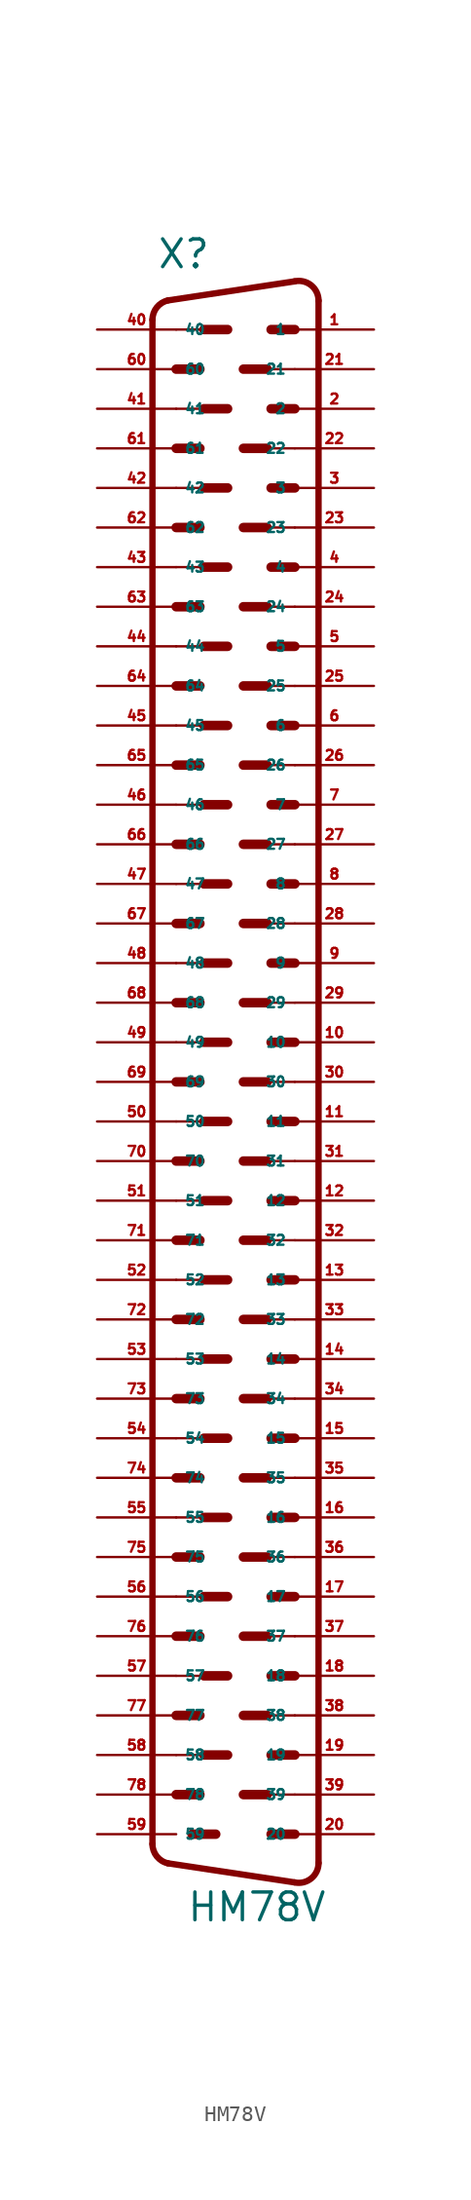
<source format=kicad_sym>
(kicad_symbol_lib
  (version 20220914)
  (generator Eagle2Kicad)
  (symbol "HM78V"
    (property "Reference" "X"
      (at -6.35 49.53 0)
      (effects (font (size 1.778 1.778) (thickness 0.22)) (justify left bottom)))
    (property "Value" "HM78V"
      (at -4.445 -56.515 0)
      (effects (font (size 1.778 1.778) (thickness 0.22)) (justify left bottom)))
    (arc
      (start 4.064 47.5712)
      (mid 3.590 48.561)
      (end 2.5226 48.812)
      (stroke (width 0.4064) (type default))
      (fill (type none)))
    (polyline
      (pts (xy 2.523 48.812) (xy -5.605 47.589))
      (stroke (width 0.406) (type default))
      (fill (type none)))
    (arc
      (start -5.6054 47.5895)
      (mid -6.323 47.145)
      (end -6.6042 46.3488)
      (stroke (width 0.4064) (type default))
      (fill (type none)))
    (polyline
      (pts (xy -6.604 -51.429) (xy -6.604 46.349))
      (stroke (width 0.406) (type default))
      (fill (type none)))
    (arc
      (start -6.604 -51.4288)
      (mid -6.323 -52.225)
      (end -5.6054 -52.6694)
      (stroke (width 0.4064) (type default))
      (fill (type none)))
    (polyline
      (pts (xy 4.064 -52.651) (xy 4.064 47.571))
      (stroke (width 0.406) (type default))
      (fill (type none)))
    (polyline
      (pts (xy 2.523 -53.892) (xy -5.605 -52.669))
      (stroke (width 0.406) (type default))
      (fill (type none)))
    (arc
      (start 2.5226 -53.8919)
      (mid 3.590 -53.641)
      (end 4.064 -52.6512)
      (stroke (width 0.4064) (type default))
      (fill (type none)))
    (polyline
      (pts (xy 2.54 43.18) (xy 0.762 43.18))
      (stroke (width 0.152) (type default))
      (fill (type none)))
    (polyline
      (pts (xy 2.54 38.1) (xy 0.762 38.1))
      (stroke (width 0.152) (type default))
      (fill (type none)))
    (polyline
      (pts (xy 2.54 33.02) (xy 0.762 33.02))
      (stroke (width 0.152) (type default))
      (fill (type none)))
    (polyline
      (pts (xy 2.54 27.94) (xy 0.762 27.94))
      (stroke (width 0.152) (type default))
      (fill (type none)))
    (polyline
      (pts (xy 2.54 22.86) (xy 0.762 22.86))
      (stroke (width 0.152) (type default))
      (fill (type none)))
    (polyline
      (pts (xy 2.54 45.72) (xy 1.016 45.72))
      (stroke (width 0.61) (type default))
      (fill (type none)))
    (polyline
      (pts (xy 0.762 43.18) (xy -0.762 43.18))
      (stroke (width 0.61) (type default))
      (fill (type none)))
    (polyline
      (pts (xy 2.54 40.64) (xy 1.016 40.64))
      (stroke (width 0.61) (type default))
      (fill (type none)))
    (polyline
      (pts (xy 0.762 38.1) (xy -0.762 38.1))
      (stroke (width 0.61) (type default))
      (fill (type none)))
    (polyline
      (pts (xy 2.54 35.56) (xy 1.016 35.56))
      (stroke (width 0.61) (type default))
      (fill (type none)))
    (polyline
      (pts (xy 0.762 33.02) (xy -0.762 33.02))
      (stroke (width 0.61) (type default))
      (fill (type none)))
    (polyline
      (pts (xy 2.54 30.48) (xy 1.016 30.48))
      (stroke (width 0.61) (type default))
      (fill (type none)))
    (polyline
      (pts (xy 0.762 27.94) (xy -0.762 27.94))
      (stroke (width 0.61) (type default))
      (fill (type none)))
    (polyline
      (pts (xy 2.54 25.4) (xy 1.016 25.4))
      (stroke (width 0.61) (type default))
      (fill (type none)))
    (polyline
      (pts (xy 0.762 22.86) (xy -0.762 22.86))
      (stroke (width 0.61) (type default))
      (fill (type none)))
    (polyline
      (pts (xy 2.54 17.78) (xy 0.762 17.78))
      (stroke (width 0.152) (type default))
      (fill (type none)))
    (polyline
      (pts (xy 2.54 12.7) (xy 0.762 12.7))
      (stroke (width 0.152) (type default))
      (fill (type none)))
    (polyline
      (pts (xy 2.54 7.62) (xy 0.762 7.62))
      (stroke (width 0.152) (type default))
      (fill (type none)))
    (polyline
      (pts (xy 2.54 20.32) (xy 1.016 20.32))
      (stroke (width 0.61) (type default))
      (fill (type none)))
    (polyline
      (pts (xy 0.762 17.78) (xy -0.762 17.78))
      (stroke (width 0.61) (type default))
      (fill (type none)))
    (polyline
      (pts (xy 2.54 15.24) (xy 1.016 15.24))
      (stroke (width 0.61) (type default))
      (fill (type none)))
    (polyline
      (pts (xy 0.762 12.7) (xy -0.762 12.7))
      (stroke (width 0.61) (type default))
      (fill (type none)))
    (polyline
      (pts (xy 2.54 10.16) (xy 1.016 10.16))
      (stroke (width 0.61) (type default))
      (fill (type none)))
    (polyline
      (pts (xy 0.762 7.62) (xy -0.762 7.62))
      (stroke (width 0.61) (type default))
      (fill (type none)))
    (polyline
      (pts (xy 2.54 5.08) (xy 1.016 5.08))
      (stroke (width 0.61) (type default))
      (fill (type none)))
    (polyline
      (pts (xy 0.762 2.54) (xy -0.762 2.54))
      (stroke (width 0.61) (type default))
      (fill (type none)))
    (polyline
      (pts (xy 2.54 2.54) (xy 0.762 2.54))
      (stroke (width 0.152) (type default))
      (fill (type none)))
    (polyline
      (pts (xy 2.54 -2.54) (xy 0.762 -2.54))
      (stroke (width 0.152) (type default))
      (fill (type none)))
    (polyline
      (pts (xy 2.54 0) (xy 1.016 0))
      (stroke (width 0.61) (type default))
      (fill (type none)))
    (polyline
      (pts (xy 0.762 -2.54) (xy -0.762 -2.54))
      (stroke (width 0.61) (type default))
      (fill (type none)))
    (polyline
      (pts (xy 2.54 -7.62) (xy 0.762 -7.62))
      (stroke (width 0.152) (type default))
      (fill (type none)))
    (polyline
      (pts (xy 2.54 -12.7) (xy 0.762 -12.7))
      (stroke (width 0.152) (type default))
      (fill (type none)))
    (polyline
      (pts (xy 2.54 -17.78) (xy 0.762 -17.78))
      (stroke (width 0.152) (type default))
      (fill (type none)))
    (polyline
      (pts (xy 2.54 -5.08) (xy 1.016 -5.08))
      (stroke (width 0.61) (type default))
      (fill (type none)))
    (polyline
      (pts (xy 0.762 -7.62) (xy -0.762 -7.62))
      (stroke (width 0.61) (type default))
      (fill (type none)))
    (polyline
      (pts (xy 2.54 -10.16) (xy 1.016 -10.16))
      (stroke (width 0.61) (type default))
      (fill (type none)))
    (polyline
      (pts (xy 0.762 -12.7) (xy -0.762 -12.7))
      (stroke (width 0.61) (type default))
      (fill (type none)))
    (polyline
      (pts (xy 2.54 -15.24) (xy 1.016 -15.24))
      (stroke (width 0.61) (type default))
      (fill (type none)))
    (polyline
      (pts (xy 0.762 -17.78) (xy -0.762 -17.78))
      (stroke (width 0.61) (type default))
      (fill (type none)))
    (polyline
      (pts (xy 2.54 -20.32) (xy 1.016 -20.32))
      (stroke (width 0.61) (type default))
      (fill (type none)))
    (polyline
      (pts (xy 0.762 -22.86) (xy -0.762 -22.86))
      (stroke (width 0.61) (type default))
      (fill (type none)))
    (polyline
      (pts (xy 2.54 -22.86) (xy 0.762 -22.86))
      (stroke (width 0.152) (type default))
      (fill (type none)))
    (polyline
      (pts (xy 2.54 -25.4) (xy 1.016 -25.4))
      (stroke (width 0.61) (type default))
      (fill (type none)))
    (polyline
      (pts (xy 0.762 -27.94) (xy -0.762 -27.94))
      (stroke (width 0.61) (type default))
      (fill (type none)))
    (polyline
      (pts (xy 2.54 -27.94) (xy 0.762 -27.94))
      (stroke (width 0.152) (type default))
      (fill (type none)))
    (polyline
      (pts (xy 2.54 -30.48) (xy 1.016 -30.48))
      (stroke (width 0.61) (type default))
      (fill (type none)))
    (polyline
      (pts (xy 0.762 -33.02) (xy -0.762 -33.02))
      (stroke (width 0.61) (type default))
      (fill (type none)))
    (polyline
      (pts (xy 2.54 -33.02) (xy 0.762 -33.02))
      (stroke (width 0.152) (type default))
      (fill (type none)))
    (polyline
      (pts (xy 2.54 -38.1) (xy 0.762 -38.1))
      (stroke (width 0.152) (type default))
      (fill (type none)))
    (polyline
      (pts (xy 2.54 -35.56) (xy 1.016 -35.56))
      (stroke (width 0.61) (type default))
      (fill (type none)))
    (polyline
      (pts (xy 0.762 -38.1) (xy -0.762 -38.1))
      (stroke (width 0.61) (type default))
      (fill (type none)))
    (polyline
      (pts (xy 2.54 -43.18) (xy 0.762 -43.18))
      (stroke (width 0.152) (type default))
      (fill (type none)))
    (polyline
      (pts (xy 2.54 -48.26) (xy 0.762 -48.26))
      (stroke (width 0.152) (type default))
      (fill (type none)))
    (polyline
      (pts (xy 2.54 -40.64) (xy 1.016 -40.64))
      (stroke (width 0.61) (type default))
      (fill (type none)))
    (polyline
      (pts (xy 0.762 -43.18) (xy -0.762 -43.18))
      (stroke (width 0.61) (type default))
      (fill (type none)))
    (polyline
      (pts (xy 2.54 -45.72) (xy 1.016 -45.72))
      (stroke (width 0.61) (type default))
      (fill (type none)))
    (polyline
      (pts (xy 0.762 -48.26) (xy -0.762 -48.26))
      (stroke (width 0.61) (type default))
      (fill (type none)))
    (polyline
      (pts (xy -5.08 45.72) (xy -3.302 45.72))
      (stroke (width 0.152) (type default))
      (fill (type none)))
    (polyline
      (pts (xy -5.08 40.64) (xy -3.302 40.64))
      (stroke (width 0.152) (type default))
      (fill (type none)))
    (polyline
      (pts (xy -5.08 35.56) (xy -3.302 35.56))
      (stroke (width 0.152) (type default))
      (fill (type none)))
    (polyline
      (pts (xy -5.08 30.48) (xy -3.302 30.48))
      (stroke (width 0.152) (type default))
      (fill (type none)))
    (polyline
      (pts (xy -5.08 25.4) (xy -3.302 25.4))
      (stroke (width 0.152) (type default))
      (fill (type none)))
    (polyline
      (pts (xy -3.302 45.72) (xy -1.778 45.72))
      (stroke (width 0.61) (type default))
      (fill (type none)))
    (polyline
      (pts (xy -5.08 43.18) (xy -3.556 43.18))
      (stroke (width 0.61) (type default))
      (fill (type none)))
    (polyline
      (pts (xy -3.302 40.64) (xy -1.778 40.64))
      (stroke (width 0.61) (type default))
      (fill (type none)))
    (polyline
      (pts (xy -5.08 38.1) (xy -3.556 38.1))
      (stroke (width 0.61) (type default))
      (fill (type none)))
    (polyline
      (pts (xy -3.302 35.56) (xy -1.778 35.56))
      (stroke (width 0.61) (type default))
      (fill (type none)))
    (polyline
      (pts (xy -5.08 33.02) (xy -3.556 33.02))
      (stroke (width 0.61) (type default))
      (fill (type none)))
    (polyline
      (pts (xy -3.302 30.48) (xy -1.778 30.48))
      (stroke (width 0.61) (type default))
      (fill (type none)))
    (polyline
      (pts (xy -5.08 27.94) (xy -3.556 27.94))
      (stroke (width 0.61) (type default))
      (fill (type none)))
    (polyline
      (pts (xy -3.302 25.4) (xy -1.778 25.4))
      (stroke (width 0.61) (type default))
      (fill (type none)))
    (polyline
      (pts (xy -5.08 20.32) (xy -3.302 20.32))
      (stroke (width 0.152) (type default))
      (fill (type none)))
    (polyline
      (pts (xy -5.08 15.24) (xy -3.302 15.24))
      (stroke (width 0.152) (type default))
      (fill (type none)))
    (polyline
      (pts (xy -5.08 10.16) (xy -3.302 10.16))
      (stroke (width 0.152) (type default))
      (fill (type none)))
    (polyline
      (pts (xy -5.08 22.86) (xy -3.556 22.86))
      (stroke (width 0.61) (type default))
      (fill (type none)))
    (polyline
      (pts (xy -3.302 20.32) (xy -1.778 20.32))
      (stroke (width 0.61) (type default))
      (fill (type none)))
    (polyline
      (pts (xy -5.08 17.78) (xy -3.556 17.78))
      (stroke (width 0.61) (type default))
      (fill (type none)))
    (polyline
      (pts (xy -3.302 15.24) (xy -1.778 15.24))
      (stroke (width 0.61) (type default))
      (fill (type none)))
    (polyline
      (pts (xy -5.08 12.7) (xy -3.556 12.7))
      (stroke (width 0.61) (type default))
      (fill (type none)))
    (polyline
      (pts (xy -3.302 10.16) (xy -1.778 10.16))
      (stroke (width 0.61) (type default))
      (fill (type none)))
    (polyline
      (pts (xy -5.08 7.62) (xy -3.556 7.62))
      (stroke (width 0.61) (type default))
      (fill (type none)))
    (polyline
      (pts (xy -3.302 5.08) (xy -1.778 5.08))
      (stroke (width 0.61) (type default))
      (fill (type none)))
    (polyline
      (pts (xy -5.08 5.08) (xy -3.302 5.08))
      (stroke (width 0.152) (type default))
      (fill (type none)))
    (polyline
      (pts (xy -5.08 0) (xy -3.302 0))
      (stroke (width 0.152) (type default))
      (fill (type none)))
    (polyline
      (pts (xy -5.08 2.54) (xy -3.556 2.54))
      (stroke (width 0.61) (type default))
      (fill (type none)))
    (polyline
      (pts (xy -3.302 0) (xy -1.778 0))
      (stroke (width 0.61) (type default))
      (fill (type none)))
    (polyline
      (pts (xy -5.08 -5.08) (xy -3.302 -5.08))
      (stroke (width 0.152) (type default))
      (fill (type none)))
    (polyline
      (pts (xy -5.08 -10.16) (xy -3.302 -10.16))
      (stroke (width 0.152) (type default))
      (fill (type none)))
    (polyline
      (pts (xy -5.08 -15.24) (xy -3.302 -15.24))
      (stroke (width 0.152) (type default))
      (fill (type none)))
    (polyline
      (pts (xy -5.08 -2.54) (xy -3.556 -2.54))
      (stroke (width 0.61) (type default))
      (fill (type none)))
    (polyline
      (pts (xy -3.302 -5.08) (xy -1.778 -5.08))
      (stroke (width 0.61) (type default))
      (fill (type none)))
    (polyline
      (pts (xy -5.08 -7.62) (xy -3.556 -7.62))
      (stroke (width 0.61) (type default))
      (fill (type none)))
    (polyline
      (pts (xy -3.302 -10.16) (xy -1.778 -10.16))
      (stroke (width 0.61) (type default))
      (fill (type none)))
    (polyline
      (pts (xy -5.08 -12.7) (xy -3.556 -12.7))
      (stroke (width 0.61) (type default))
      (fill (type none)))
    (polyline
      (pts (xy -3.302 -15.24) (xy -1.778 -15.24))
      (stroke (width 0.61) (type default))
      (fill (type none)))
    (polyline
      (pts (xy -5.08 -17.78) (xy -3.556 -17.78))
      (stroke (width 0.61) (type default))
      (fill (type none)))
    (polyline
      (pts (xy -3.302 -20.32) (xy -1.778 -20.32))
      (stroke (width 0.61) (type default))
      (fill (type none)))
    (polyline
      (pts (xy -5.08 -20.32) (xy -3.302 -20.32))
      (stroke (width 0.152) (type default))
      (fill (type none)))
    (polyline
      (pts (xy -5.08 -22.86) (xy -3.556 -22.86))
      (stroke (width 0.61) (type default))
      (fill (type none)))
    (polyline
      (pts (xy -3.302 -25.4) (xy -1.778 -25.4))
      (stroke (width 0.61) (type default))
      (fill (type none)))
    (polyline
      (pts (xy -5.08 -25.4) (xy -3.302 -25.4))
      (stroke (width 0.152) (type default))
      (fill (type none)))
    (polyline
      (pts (xy -5.08 -27.94) (xy -3.556 -27.94))
      (stroke (width 0.61) (type default))
      (fill (type none)))
    (polyline
      (pts (xy -3.302 -30.48) (xy -1.778 -30.48))
      (stroke (width 0.61) (type default))
      (fill (type none)))
    (polyline
      (pts (xy -5.08 -30.48) (xy -3.302 -30.48))
      (stroke (width 0.152) (type default))
      (fill (type none)))
    (polyline
      (pts (xy -5.08 -35.56) (xy -3.302 -35.56))
      (stroke (width 0.152) (type default))
      (fill (type none)))
    (polyline
      (pts (xy -5.08 -33.02) (xy -3.556 -33.02))
      (stroke (width 0.61) (type default))
      (fill (type none)))
    (polyline
      (pts (xy -3.302 -35.56) (xy -1.778 -35.56))
      (stroke (width 0.61) (type default))
      (fill (type none)))
    (polyline
      (pts (xy -5.08 -40.64) (xy -3.302 -40.64))
      (stroke (width 0.152) (type default))
      (fill (type none)))
    (polyline
      (pts (xy -5.08 -45.72) (xy -3.302 -45.72))
      (stroke (width 0.152) (type default))
      (fill (type none)))
    (polyline
      (pts (xy -5.08 -38.1) (xy -3.556 -38.1))
      (stroke (width 0.61) (type default))
      (fill (type none)))
    (polyline
      (pts (xy -3.302 -40.64) (xy -1.778 -40.64))
      (stroke (width 0.61) (type default))
      (fill (type none)))
    (polyline
      (pts (xy -5.08 -43.18) (xy -3.556 -43.18))
      (stroke (width 0.61) (type default))
      (fill (type none)))
    (polyline
      (pts (xy -3.302 -45.72) (xy -1.778 -45.72))
      (stroke (width 0.61) (type default))
      (fill (type none)))
    (polyline
      (pts (xy -5.08 -48.26) (xy -3.556 -48.26))
      (stroke (width 0.61) (type default))
      (fill (type none)))
    (polyline
      (pts (xy 2.54 -50.8) (xy 1.016 -50.8))
      (stroke (width 0.61) (type default))
      (fill (type none)))
    (polyline
      (pts (xy -2.54 -50.8) (xy -4.064 -50.8))
      (stroke (width 0.61) (type default))
      (fill (type none)))
    (pin passive line
      (at 7.62 45.72 180)
      (length 5.08)
      (name "1" (effects (font (size 0.635 0.635) (thickness 0.08)) (justify left bottom)))
      (number "1" (effects (font (size 0.635 0.635) (thickness 0.08)) (justify left bottom))))
    (pin passive line
      (at 7.62 40.64 180)
      (length 5.08)
      (name "2" (effects (font (size 0.635 0.635) (thickness 0.08)) (justify left bottom)))
      (number "2" (effects (font (size 0.635 0.635) (thickness 0.08)) (justify left bottom))))
    (pin passive line
      (at 7.62 35.56 180)
      (length 5.08)
      (name "3" (effects (font (size 0.635 0.635) (thickness 0.08)) (justify left bottom)))
      (number "3" (effects (font (size 0.635 0.635) (thickness 0.08)) (justify left bottom))))
    (pin passive line
      (at 7.62 30.48 180)
      (length 5.08)
      (name "4" (effects (font (size 0.635 0.635) (thickness 0.08)) (justify left bottom)))
      (number "4" (effects (font (size 0.635 0.635) (thickness 0.08)) (justify left bottom))))
    (pin passive line
      (at 7.62 25.4 180)
      (length 5.08)
      (name "5" (effects (font (size 0.635 0.635) (thickness 0.08)) (justify left bottom)))
      (number "5" (effects (font (size 0.635 0.635) (thickness 0.08)) (justify left bottom))))
    (pin passive line
      (at 7.62 20.32 180)
      (length 5.08)
      (name "6" (effects (font (size 0.635 0.635) (thickness 0.08)) (justify left bottom)))
      (number "6" (effects (font (size 0.635 0.635) (thickness 0.08)) (justify left bottom))))
    (pin passive line
      (at 7.62 15.24 180)
      (length 5.08)
      (name "7" (effects (font (size 0.635 0.635) (thickness 0.08)) (justify left bottom)))
      (number "7" (effects (font (size 0.635 0.635) (thickness 0.08)) (justify left bottom))))
    (pin passive line
      (at 7.62 10.16 180)
      (length 5.08)
      (name "8" (effects (font (size 0.635 0.635) (thickness 0.08)) (justify left bottom)))
      (number "8" (effects (font (size 0.635 0.635) (thickness 0.08)) (justify left bottom))))
    (pin passive line
      (at 7.62 5.08 180)
      (length 5.08)
      (name "9" (effects (font (size 0.635 0.635) (thickness 0.08)) (justify left bottom)))
      (number "9" (effects (font (size 0.635 0.635) (thickness 0.08)) (justify left bottom))))
    (pin passive line
      (at 7.62 0 180)
      (length 5.08)
      (name "10" (effects (font (size 0.635 0.635) (thickness 0.08)) (justify left bottom)))
      (number "10" (effects (font (size 0.635 0.635) (thickness 0.08)) (justify left bottom))))
    (pin passive line
      (at 7.62 -5.08 180)
      (length 5.08)
      (name "11" (effects (font (size 0.635 0.635) (thickness 0.08)) (justify left bottom)))
      (number "11" (effects (font (size 0.635 0.635) (thickness 0.08)) (justify left bottom))))
    (pin passive line
      (at 7.62 -10.16 180)
      (length 5.08)
      (name "12" (effects (font (size 0.635 0.635) (thickness 0.08)) (justify left bottom)))
      (number "12" (effects (font (size 0.635 0.635) (thickness 0.08)) (justify left bottom))))
    (pin passive line
      (at 7.62 -15.24 180)
      (length 5.08)
      (name "13" (effects (font (size 0.635 0.635) (thickness 0.08)) (justify left bottom)))
      (number "13" (effects (font (size 0.635 0.635) (thickness 0.08)) (justify left bottom))))
    (pin passive line
      (at 7.62 -20.32 180)
      (length 5.08)
      (name "14" (effects (font (size 0.635 0.635) (thickness 0.08)) (justify left bottom)))
      (number "14" (effects (font (size 0.635 0.635) (thickness 0.08)) (justify left bottom))))
    (pin passive line
      (at 7.62 -25.4 180)
      (length 5.08)
      (name "15" (effects (font (size 0.635 0.635) (thickness 0.08)) (justify left bottom)))
      (number "15" (effects (font (size 0.635 0.635) (thickness 0.08)) (justify left bottom))))
    (pin passive line
      (at 7.62 -30.48 180)
      (length 5.08)
      (name "16" (effects (font (size 0.635 0.635) (thickness 0.08)) (justify left bottom)))
      (number "16" (effects (font (size 0.635 0.635) (thickness 0.08)) (justify left bottom))))
    (pin passive line
      (at 7.62 -35.56 180)
      (length 5.08)
      (name "17" (effects (font (size 0.635 0.635) (thickness 0.08)) (justify left bottom)))
      (number "17" (effects (font (size 0.635 0.635) (thickness 0.08)) (justify left bottom))))
    (pin passive line
      (at 7.62 -40.64 180)
      (length 5.08)
      (name "18" (effects (font (size 0.635 0.635) (thickness 0.08)) (justify left bottom)))
      (number "18" (effects (font (size 0.635 0.635) (thickness 0.08)) (justify left bottom))))
    (pin passive line
      (at 7.62 -45.72 180)
      (length 5.08)
      (name "19" (effects (font (size 0.635 0.635) (thickness 0.08)) (justify left bottom)))
      (number "19" (effects (font (size 0.635 0.635) (thickness 0.08)) (justify left bottom))))
    (pin passive line
      (at 7.62 -50.8 180)
      (length 5.08)
      (name "20" (effects (font (size 0.635 0.635) (thickness 0.08)) (justify left bottom)))
      (number "20" (effects (font (size 0.635 0.635) (thickness 0.08)) (justify left bottom))))
    (pin passive line
      (at 7.62 43.18 180)
      (length 5.08)
      (name "21" (effects (font (size 0.635 0.635) (thickness 0.08)) (justify left bottom)))
      (number "21" (effects (font (size 0.635 0.635) (thickness 0.08)) (justify left bottom))))
    (pin passive line
      (at 7.62 38.1 180)
      (length 5.08)
      (name "22" (effects (font (size 0.635 0.635) (thickness 0.08)) (justify left bottom)))
      (number "22" (effects (font (size 0.635 0.635) (thickness 0.08)) (justify left bottom))))
    (pin passive line
      (at 7.62 33.02 180)
      (length 5.08)
      (name "23" (effects (font (size 0.635 0.635) (thickness 0.08)) (justify left bottom)))
      (number "23" (effects (font (size 0.635 0.635) (thickness 0.08)) (justify left bottom))))
    (pin passive line
      (at 7.62 27.94 180)
      (length 5.08)
      (name "24" (effects (font (size 0.635 0.635) (thickness 0.08)) (justify left bottom)))
      (number "24" (effects (font (size 0.635 0.635) (thickness 0.08)) (justify left bottom))))
    (pin passive line
      (at 7.62 22.86 180)
      (length 5.08)
      (name "25" (effects (font (size 0.635 0.635) (thickness 0.08)) (justify left bottom)))
      (number "25" (effects (font (size 0.635 0.635) (thickness 0.08)) (justify left bottom))))
    (pin passive line
      (at 7.62 17.78 180)
      (length 5.08)
      (name "26" (effects (font (size 0.635 0.635) (thickness 0.08)) (justify left bottom)))
      (number "26" (effects (font (size 0.635 0.635) (thickness 0.08)) (justify left bottom))))
    (pin passive line
      (at 7.62 12.7 180)
      (length 5.08)
      (name "27" (effects (font (size 0.635 0.635) (thickness 0.08)) (justify left bottom)))
      (number "27" (effects (font (size 0.635 0.635) (thickness 0.08)) (justify left bottom))))
    (pin passive line
      (at 7.62 7.62 180)
      (length 5.08)
      (name "28" (effects (font (size 0.635 0.635) (thickness 0.08)) (justify left bottom)))
      (number "28" (effects (font (size 0.635 0.635) (thickness 0.08)) (justify left bottom))))
    (pin passive line
      (at 7.62 2.54 180)
      (length 5.08)
      (name "29" (effects (font (size 0.635 0.635) (thickness 0.08)) (justify left bottom)))
      (number "29" (effects (font (size 0.635 0.635) (thickness 0.08)) (justify left bottom))))
    (pin passive line
      (at 7.62 -2.54 180)
      (length 5.08)
      (name "30" (effects (font (size 0.635 0.635) (thickness 0.08)) (justify left bottom)))
      (number "30" (effects (font (size 0.635 0.635) (thickness 0.08)) (justify left bottom))))
    (pin passive line
      (at 7.62 -7.62 180)
      (length 5.08)
      (name "31" (effects (font (size 0.635 0.635) (thickness 0.08)) (justify left bottom)))
      (number "31" (effects (font (size 0.635 0.635) (thickness 0.08)) (justify left bottom))))
    (pin passive line
      (at 7.62 -12.7 180)
      (length 5.08)
      (name "32" (effects (font (size 0.635 0.635) (thickness 0.08)) (justify left bottom)))
      (number "32" (effects (font (size 0.635 0.635) (thickness 0.08)) (justify left bottom))))
    (pin passive line
      (at 7.62 -17.78 180)
      (length 5.08)
      (name "33" (effects (font (size 0.635 0.635) (thickness 0.08)) (justify left bottom)))
      (number "33" (effects (font (size 0.635 0.635) (thickness 0.08)) (justify left bottom))))
    (pin passive line
      (at 7.62 -22.86 180)
      (length 5.08)
      (name "34" (effects (font (size 0.635 0.635) (thickness 0.08)) (justify left bottom)))
      (number "34" (effects (font (size 0.635 0.635) (thickness 0.08)) (justify left bottom))))
    (pin passive line
      (at 7.62 -27.94 180)
      (length 5.08)
      (name "35" (effects (font (size 0.635 0.635) (thickness 0.08)) (justify left bottom)))
      (number "35" (effects (font (size 0.635 0.635) (thickness 0.08)) (justify left bottom))))
    (pin passive line
      (at 7.62 -33.02 180)
      (length 5.08)
      (name "36" (effects (font (size 0.635 0.635) (thickness 0.08)) (justify left bottom)))
      (number "36" (effects (font (size 0.635 0.635) (thickness 0.08)) (justify left bottom))))
    (pin passive line
      (at 7.62 -38.1 180)
      (length 5.08)
      (name "37" (effects (font (size 0.635 0.635) (thickness 0.08)) (justify left bottom)))
      (number "37" (effects (font (size 0.635 0.635) (thickness 0.08)) (justify left bottom))))
    (pin passive line
      (at 7.62 -43.18 180)
      (length 5.08)
      (name "38" (effects (font (size 0.635 0.635) (thickness 0.08)) (justify left bottom)))
      (number "38" (effects (font (size 0.635 0.635) (thickness 0.08)) (justify left bottom))))
    (pin passive line
      (at 7.62 -48.26 180)
      (length 5.08)
      (name "39" (effects (font (size 0.635 0.635) (thickness 0.08)) (justify left bottom)))
      (number "39" (effects (font (size 0.635 0.635) (thickness 0.08)) (justify left bottom))))
    (pin passive line
      (at -10.16 45.72 0)
      (length 5.08)
      (name "40" (effects (font (size 0.635 0.635) (thickness 0.08)) (justify left bottom)))
      (number "40" (effects (font (size 0.635 0.635) (thickness 0.08)) (justify left bottom))))
    (pin passive line
      (at -10.16 40.64 0)
      (length 5.08)
      (name "41" (effects (font (size 0.635 0.635) (thickness 0.08)) (justify left bottom)))
      (number "41" (effects (font (size 0.635 0.635) (thickness 0.08)) (justify left bottom))))
    (pin passive line
      (at -10.16 35.56 0)
      (length 5.08)
      (name "42" (effects (font (size 0.635 0.635) (thickness 0.08)) (justify left bottom)))
      (number "42" (effects (font (size 0.635 0.635) (thickness 0.08)) (justify left bottom))))
    (pin passive line
      (at -10.16 30.48 0)
      (length 5.08)
      (name "43" (effects (font (size 0.635 0.635) (thickness 0.08)) (justify left bottom)))
      (number "43" (effects (font (size 0.635 0.635) (thickness 0.08)) (justify left bottom))))
    (pin passive line
      (at -10.16 25.4 0)
      (length 5.08)
      (name "44" (effects (font (size 0.635 0.635) (thickness 0.08)) (justify left bottom)))
      (number "44" (effects (font (size 0.635 0.635) (thickness 0.08)) (justify left bottom))))
    (pin passive line
      (at -10.16 20.32 0)
      (length 5.08)
      (name "45" (effects (font (size 0.635 0.635) (thickness 0.08)) (justify left bottom)))
      (number "45" (effects (font (size 0.635 0.635) (thickness 0.08)) (justify left bottom))))
    (pin passive line
      (at -10.16 15.24 0)
      (length 5.08)
      (name "46" (effects (font (size 0.635 0.635) (thickness 0.08)) (justify left bottom)))
      (number "46" (effects (font (size 0.635 0.635) (thickness 0.08)) (justify left bottom))))
    (pin passive line
      (at -10.16 10.16 0)
      (length 5.08)
      (name "47" (effects (font (size 0.635 0.635) (thickness 0.08)) (justify left bottom)))
      (number "47" (effects (font (size 0.635 0.635) (thickness 0.08)) (justify left bottom))))
    (pin passive line
      (at -10.16 5.08 0)
      (length 5.08)
      (name "48" (effects (font (size 0.635 0.635) (thickness 0.08)) (justify left bottom)))
      (number "48" (effects (font (size 0.635 0.635) (thickness 0.08)) (justify left bottom))))
    (pin passive line
      (at -10.16 0 0)
      (length 5.08)
      (name "49" (effects (font (size 0.635 0.635) (thickness 0.08)) (justify left bottom)))
      (number "49" (effects (font (size 0.635 0.635) (thickness 0.08)) (justify left bottom))))
    (pin passive line
      (at -10.16 -5.08 0)
      (length 5.08)
      (name "50" (effects (font (size 0.635 0.635) (thickness 0.08)) (justify left bottom)))
      (number "50" (effects (font (size 0.635 0.635) (thickness 0.08)) (justify left bottom))))
    (pin passive line
      (at -10.16 -10.16 0)
      (length 5.08)
      (name "51" (effects (font (size 0.635 0.635) (thickness 0.08)) (justify left bottom)))
      (number "51" (effects (font (size 0.635 0.635) (thickness 0.08)) (justify left bottom))))
    (pin passive line
      (at -10.16 -15.24 0)
      (length 5.08)
      (name "52" (effects (font (size 0.635 0.635) (thickness 0.08)) (justify left bottom)))
      (number "52" (effects (font (size 0.635 0.635) (thickness 0.08)) (justify left bottom))))
    (pin passive line
      (at -10.16 -20.32 0)
      (length 5.08)
      (name "53" (effects (font (size 0.635 0.635) (thickness 0.08)) (justify left bottom)))
      (number "53" (effects (font (size 0.635 0.635) (thickness 0.08)) (justify left bottom))))
    (pin passive line
      (at -10.16 -25.4 0)
      (length 5.08)
      (name "54" (effects (font (size 0.635 0.635) (thickness 0.08)) (justify left bottom)))
      (number "54" (effects (font (size 0.635 0.635) (thickness 0.08)) (justify left bottom))))
    (pin passive line
      (at -10.16 -30.48 0)
      (length 5.08)
      (name "55" (effects (font (size 0.635 0.635) (thickness 0.08)) (justify left bottom)))
      (number "55" (effects (font (size 0.635 0.635) (thickness 0.08)) (justify left bottom))))
    (pin passive line
      (at -10.16 -35.56 0)
      (length 5.08)
      (name "56" (effects (font (size 0.635 0.635) (thickness 0.08)) (justify left bottom)))
      (number "56" (effects (font (size 0.635 0.635) (thickness 0.08)) (justify left bottom))))
    (pin passive line
      (at -10.16 -40.64 0)
      (length 5.08)
      (name "57" (effects (font (size 0.635 0.635) (thickness 0.08)) (justify left bottom)))
      (number "57" (effects (font (size 0.635 0.635) (thickness 0.08)) (justify left bottom))))
    (pin passive line
      (at -10.16 -45.72 0)
      (length 5.08)
      (name "58" (effects (font (size 0.635 0.635) (thickness 0.08)) (justify left bottom)))
      (number "58" (effects (font (size 0.635 0.635) (thickness 0.08)) (justify left bottom))))
    (pin passive line
      (at -10.16 -50.8 0)
      (length 5.08)
      (name "59" (effects (font (size 0.635 0.635) (thickness 0.08)) (justify left bottom)))
      (number "59" (effects (font (size 0.635 0.635) (thickness 0.08)) (justify left bottom))))
    (pin passive line
      (at -10.16 43.18 0)
      (length 5.08)
      (name "60" (effects (font (size 0.635 0.635) (thickness 0.08)) (justify left bottom)))
      (number "60" (effects (font (size 0.635 0.635) (thickness 0.08)) (justify left bottom))))
    (pin passive line
      (at -10.16 38.1 0)
      (length 5.08)
      (name "61" (effects (font (size 0.635 0.635) (thickness 0.08)) (justify left bottom)))
      (number "61" (effects (font (size 0.635 0.635) (thickness 0.08)) (justify left bottom))))
    (pin passive line
      (at -10.16 33.02 0)
      (length 5.08)
      (name "62" (effects (font (size 0.635 0.635) (thickness 0.08)) (justify left bottom)))
      (number "62" (effects (font (size 0.635 0.635) (thickness 0.08)) (justify left bottom))))
    (pin passive line
      (at -10.16 27.94 0)
      (length 5.08)
      (name "63" (effects (font (size 0.635 0.635) (thickness 0.08)) (justify left bottom)))
      (number "63" (effects (font (size 0.635 0.635) (thickness 0.08)) (justify left bottom))))
    (pin passive line
      (at -10.16 22.86 0)
      (length 5.08)
      (name "64" (effects (font (size 0.635 0.635) (thickness 0.08)) (justify left bottom)))
      (number "64" (effects (font (size 0.635 0.635) (thickness 0.08)) (justify left bottom))))
    (pin passive line
      (at -10.16 17.78 0)
      (length 5.08)
      (name "65" (effects (font (size 0.635 0.635) (thickness 0.08)) (justify left bottom)))
      (number "65" (effects (font (size 0.635 0.635) (thickness 0.08)) (justify left bottom))))
    (pin passive line
      (at -10.16 12.7 0)
      (length 5.08)
      (name "66" (effects (font (size 0.635 0.635) (thickness 0.08)) (justify left bottom)))
      (number "66" (effects (font (size 0.635 0.635) (thickness 0.08)) (justify left bottom))))
    (pin passive line
      (at -10.16 7.62 0)
      (length 5.08)
      (name "67" (effects (font (size 0.635 0.635) (thickness 0.08)) (justify left bottom)))
      (number "67" (effects (font (size 0.635 0.635) (thickness 0.08)) (justify left bottom))))
    (pin passive line
      (at -10.16 2.54 0)
      (length 5.08)
      (name "68" (effects (font (size 0.635 0.635) (thickness 0.08)) (justify left bottom)))
      (number "68" (effects (font (size 0.635 0.635) (thickness 0.08)) (justify left bottom))))
    (pin passive line
      (at -10.16 -2.54 0)
      (length 5.08)
      (name "69" (effects (font (size 0.635 0.635) (thickness 0.08)) (justify left bottom)))
      (number "69" (effects (font (size 0.635 0.635) (thickness 0.08)) (justify left bottom))))
    (pin passive line
      (at -10.16 -7.62 0)
      (length 5.08)
      (name "70" (effects (font (size 0.635 0.635) (thickness 0.08)) (justify left bottom)))
      (number "70" (effects (font (size 0.635 0.635) (thickness 0.08)) (justify left bottom))))
    (pin passive line
      (at -10.16 -12.7 0)
      (length 5.08)
      (name "71" (effects (font (size 0.635 0.635) (thickness 0.08)) (justify left bottom)))
      (number "71" (effects (font (size 0.635 0.635) (thickness 0.08)) (justify left bottom))))
    (pin passive line
      (at -10.16 -17.78 0)
      (length 5.08)
      (name "72" (effects (font (size 0.635 0.635) (thickness 0.08)) (justify left bottom)))
      (number "72" (effects (font (size 0.635 0.635) (thickness 0.08)) (justify left bottom))))
    (pin passive line
      (at -10.16 -22.86 0)
      (length 5.08)
      (name "73" (effects (font (size 0.635 0.635) (thickness 0.08)) (justify left bottom)))
      (number "73" (effects (font (size 0.635 0.635) (thickness 0.08)) (justify left bottom))))
    (pin passive line
      (at -10.16 -27.94 0)
      (length 5.08)
      (name "74" (effects (font (size 0.635 0.635) (thickness 0.08)) (justify left bottom)))
      (number "74" (effects (font (size 0.635 0.635) (thickness 0.08)) (justify left bottom))))
    (pin passive line
      (at -10.16 -33.02 0)
      (length 5.08)
      (name "75" (effects (font (size 0.635 0.635) (thickness 0.08)) (justify left bottom)))
      (number "75" (effects (font (size 0.635 0.635) (thickness 0.08)) (justify left bottom))))
    (pin passive line
      (at -10.16 -38.1 0)
      (length 5.08)
      (name "76" (effects (font (size 0.635 0.635) (thickness 0.08)) (justify left bottom)))
      (number "76" (effects (font (size 0.635 0.635) (thickness 0.08)) (justify left bottom))))
    (pin passive line
      (at -10.16 -43.18 0)
      (length 5.08)
      (name "77" (effects (font (size 0.635 0.635) (thickness 0.08)) (justify left bottom)))
      (number "77" (effects (font (size 0.635 0.635) (thickness 0.08)) (justify left bottom))))
    (pin passive line
      (at -10.16 -48.26 0)
      (length 5.08)
      (name "78" (effects (font (size 0.635 0.635) (thickness 0.08)) (justify left bottom)))
      (number "78" (effects (font (size 0.635 0.635) (thickness 0.08)) (justify left bottom))))))
</source>
